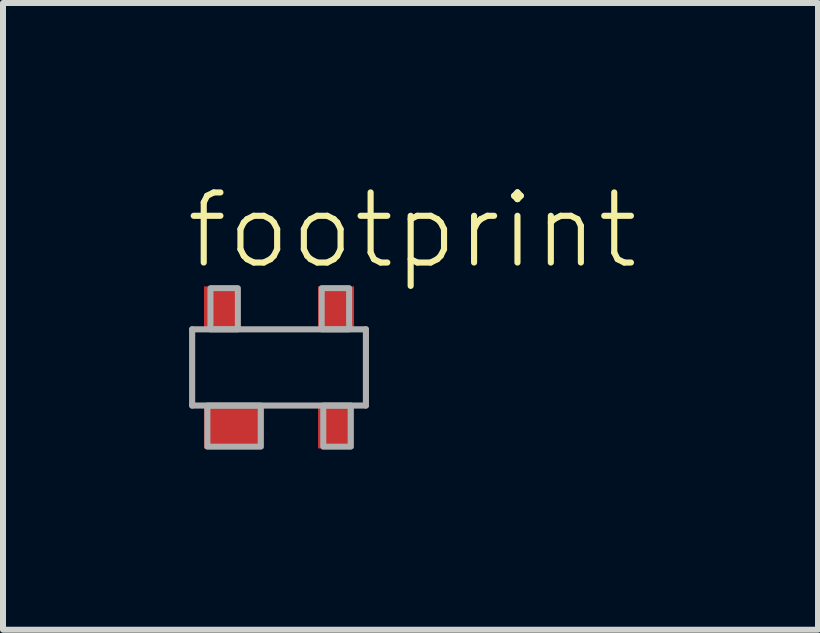
<source format=kicad_pcb>
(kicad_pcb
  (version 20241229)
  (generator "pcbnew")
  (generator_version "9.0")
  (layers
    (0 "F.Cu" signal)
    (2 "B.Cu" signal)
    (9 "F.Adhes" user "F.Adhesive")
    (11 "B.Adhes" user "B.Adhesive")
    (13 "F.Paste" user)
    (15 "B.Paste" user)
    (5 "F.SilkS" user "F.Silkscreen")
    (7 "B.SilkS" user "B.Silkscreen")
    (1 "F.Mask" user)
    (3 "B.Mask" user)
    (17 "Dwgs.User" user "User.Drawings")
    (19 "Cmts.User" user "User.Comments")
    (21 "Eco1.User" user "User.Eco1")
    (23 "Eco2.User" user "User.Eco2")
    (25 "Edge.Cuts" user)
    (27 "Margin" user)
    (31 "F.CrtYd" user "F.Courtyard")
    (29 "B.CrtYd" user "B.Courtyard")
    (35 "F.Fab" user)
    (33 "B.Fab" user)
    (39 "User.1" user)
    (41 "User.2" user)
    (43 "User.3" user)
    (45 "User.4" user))
  (footprint "footprint"
    (layer "F.Cu")
    (at 1.6 3.073)
    (property "Reference" "footprint" (at -1.6 -1.6 0) (layer "F.SilkS") (effects (font (size 1.168 1.168) (thickness 0.102)) (justify left bottom)))
    (fp_line (start -1.448 -0.635) (end 1.448 -0.635) (stroke (width 0.102) (type solid)) (layer "F.Fab"))
    (fp_line (start -1.448 0.635) (end -1.448 -0.635) (stroke (width 0.102) (type solid)) (layer "F.Fab"))
    (fp_line (start -1.448 0.635) (end 1.448 0.635) (stroke (width 0.102) (type solid)) (layer "F.Fab"))
    (fp_line (start 1.448 0.635) (end 1.448 -0.635) (stroke (width 0.102) (type solid)) (layer "F.Fab"))
    (fp_poly (pts (xy -1.194 1.321) (xy -0.305 1.321) (xy -0.305 0.635) (xy -1.194 0.635)) (stroke (width 0.1) (type solid)) (fill no) (layer "F.Fab"))
    (fp_poly (pts (xy -1.143 -0.635) (xy -0.686 -0.635) (xy -0.686 -1.321) (xy -1.143 -1.321)) (stroke (width 0.1) (type solid)) (fill no) (layer "F.Fab"))
    (fp_poly (pts (xy 0.711 -0.635) (xy 1.168 -0.635) (xy 1.168 -1.321) (xy 0.711 -1.321)) (stroke (width 0.1) (type solid)) (fill no) (layer "F.Fab"))
    (fp_poly (pts (xy 0.737 1.321) (xy 1.194 1.321) (xy 1.194 0.635) (xy 0.737 0.635)) (stroke (width 0.1) (type solid)) (fill no) (layer "F.Fab"))
    (pad "1" smd rect (at -0.75 1) (size 1 0.7) (layers "F.Cu" "F.Mask" "F.Paste"))
    (pad "2" smd rect (at 0.95 1) (size 0.6 0.7) (layers "F.Cu" "F.Mask" "F.Paste"))
    (pad "3" smd rect (at 0.95 -1) (size 0.6 0.7) (layers "F.Cu" "F.Mask" "F.Paste"))
    (pad "4" smd rect (at -0.95 -1) (size 0.6 0.7) (layers "F.Cu" "F.Mask" "F.Paste")))
  (gr_rect
    (start -3 -3)
    (end 10.582 7.444)
    (stroke (width 0.1) (type default))
    (fill no)
    (layer "Edge.Cuts")))
</source>
